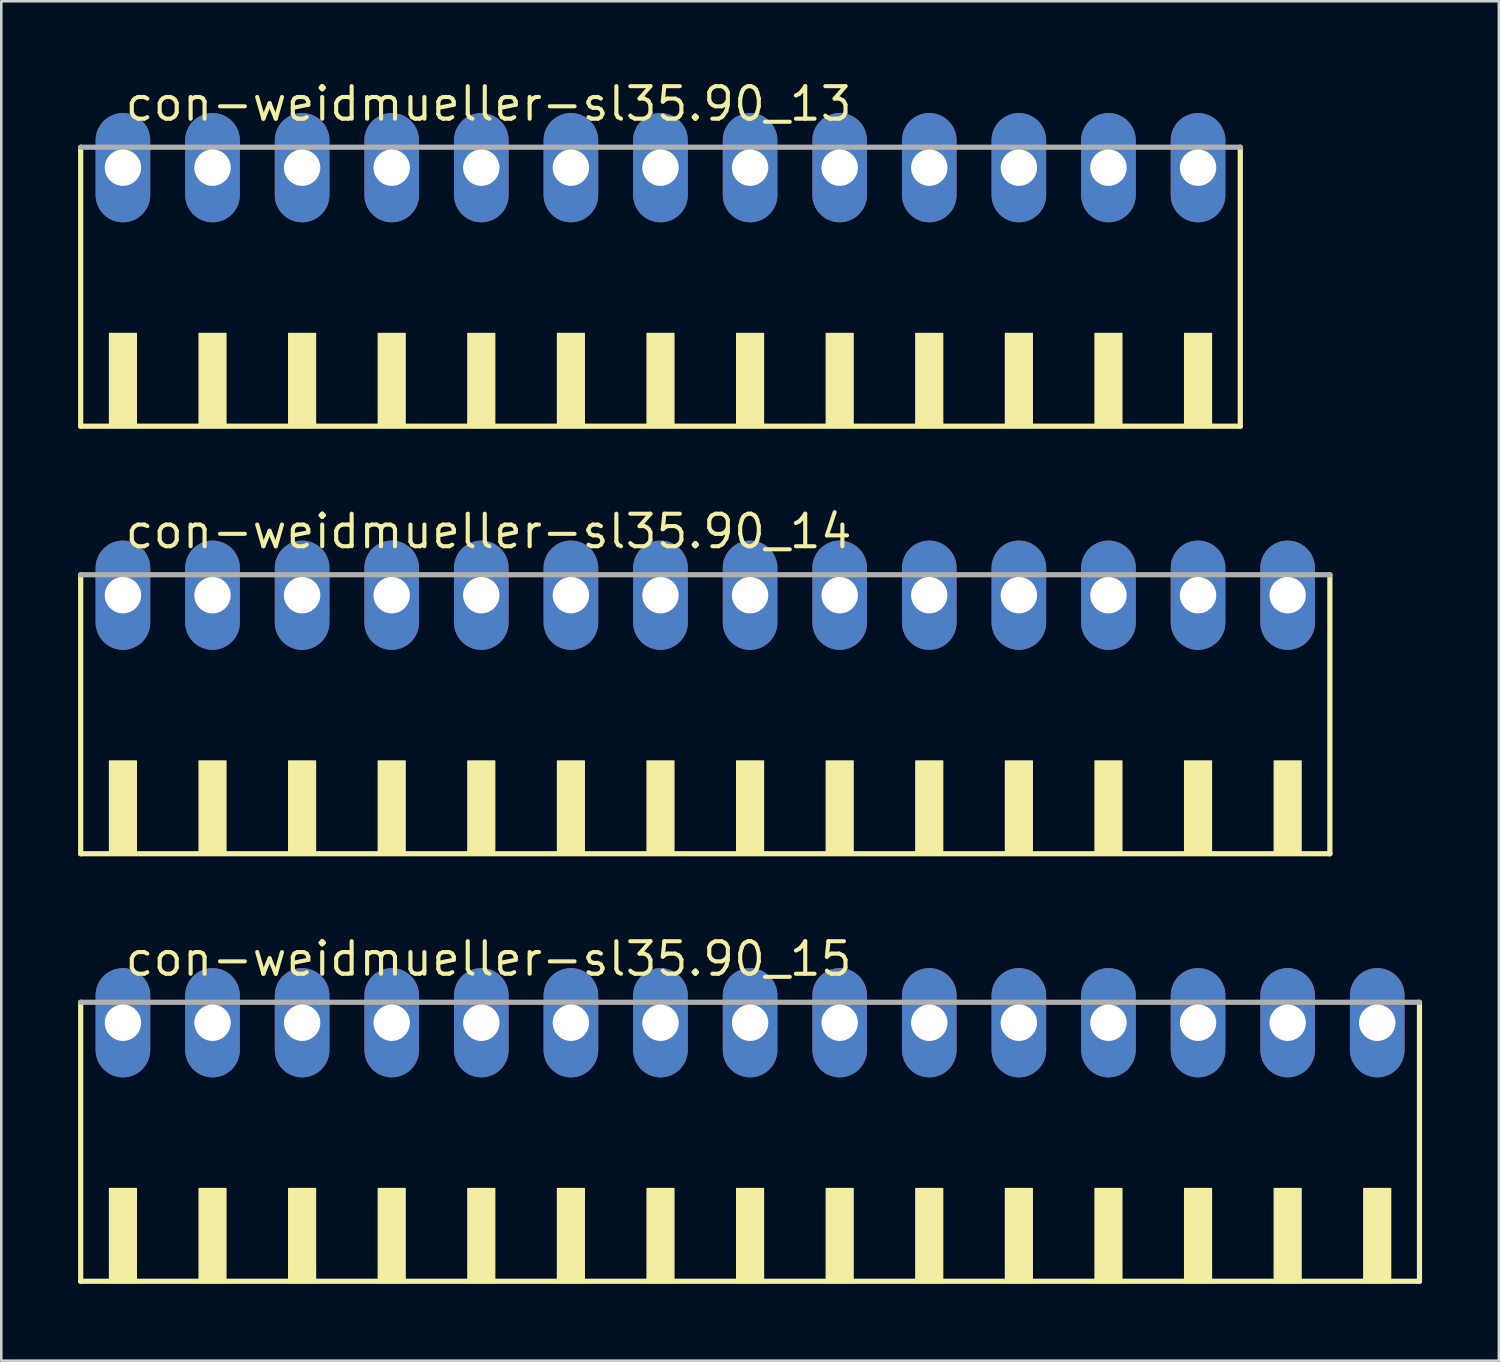
<source format=kicad_pcb>
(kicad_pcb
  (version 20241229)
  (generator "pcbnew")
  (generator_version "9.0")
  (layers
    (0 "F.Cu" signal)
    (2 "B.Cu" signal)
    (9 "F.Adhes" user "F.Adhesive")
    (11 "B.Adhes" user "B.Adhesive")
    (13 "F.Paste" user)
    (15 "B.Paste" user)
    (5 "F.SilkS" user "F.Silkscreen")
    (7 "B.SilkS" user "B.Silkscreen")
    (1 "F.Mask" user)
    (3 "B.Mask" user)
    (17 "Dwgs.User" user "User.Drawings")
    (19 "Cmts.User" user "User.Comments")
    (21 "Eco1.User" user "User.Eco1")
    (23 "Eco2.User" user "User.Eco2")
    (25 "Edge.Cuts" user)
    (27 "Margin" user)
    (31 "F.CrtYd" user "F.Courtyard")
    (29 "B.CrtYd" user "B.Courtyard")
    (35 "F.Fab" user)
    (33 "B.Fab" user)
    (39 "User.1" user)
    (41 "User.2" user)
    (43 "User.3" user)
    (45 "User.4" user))
  (footprint "con-weidmueller-sl35.90_13"
    (layer "F.Cu")
    (at 22.752 8.75)
    (property "Reference" "con-weidmueller-sl35.90_13" (at -21 -7 0) (layer "F.SilkS") (effects (font (size 1.27 1.27) (thickness 0.16)) (justify left bottom)))
    (attr through_hole)
    (fp_line (start -22.65 -6.05) (end -22.65 4.85) (stroke (width 0.203) (type default)) (layer "F.SilkS"))
    (fp_line (start -22.65 4.85) (end 22.65 4.85) (stroke (width 0.203) (type default)) (layer "F.SilkS"))
    (fp_line (start 22.65 4.85) (end 22.65 -6.05) (stroke (width 0.203) (type default)) (layer "F.SilkS"))
    (fp_rect (start -21.525 4.9) (end -20.475 1.225) (stroke (width 0.05) (type default)) (fill yes) (layer "F.SilkS"))
    (fp_rect (start -18.025 4.9) (end -16.975 1.225) (stroke (width 0.05) (type default)) (fill yes) (layer "F.SilkS"))
    (fp_rect (start -14.525 4.9) (end -13.475 1.225) (stroke (width 0.05) (type default)) (fill yes) (layer "F.SilkS"))
    (fp_rect (start -11.025 4.9) (end -9.975 1.225) (stroke (width 0.05) (type default)) (fill yes) (layer "F.SilkS"))
    (fp_rect (start -7.525 4.9) (end -6.475 1.225) (stroke (width 0.05) (type default)) (fill yes) (layer "F.SilkS"))
    (fp_rect (start -4.025 4.9) (end -2.975 1.225) (stroke (width 0.05) (type default)) (fill yes) (layer "F.SilkS"))
    (fp_rect (start -0.525 4.9) (end 0.525 1.225) (stroke (width 0.05) (type default)) (fill yes) (layer "F.SilkS"))
    (fp_rect (start 2.975 4.9) (end 4.025 1.225) (stroke (width 0.05) (type default)) (fill yes) (layer "F.SilkS"))
    (fp_rect (start 6.475 4.9) (end 7.525 1.225) (stroke (width 0.05) (type default)) (fill yes) (layer "F.SilkS"))
    (fp_rect (start 9.975 4.9) (end 11.025 1.225) (stroke (width 0.05) (type default)) (fill yes) (layer "F.SilkS"))
    (fp_rect (start 13.475 4.9) (end 14.525 1.225) (stroke (width 0.05) (type default)) (fill yes) (layer "F.SilkS"))
    (fp_rect (start 16.975 4.9) (end 18.025 1.225) (stroke (width 0.05) (type default)) (fill yes) (layer "F.SilkS"))
    (fp_rect (start 20.475 4.9) (end 21.525 1.225) (stroke (width 0.05) (type default)) (fill yes) (layer "F.SilkS"))
    (fp_line (start 22.65 -6.05) (end -22.65 -6.05) (stroke (width 0.203) (type default)) (layer "F.Fab"))
    (pad "1" thru_hole oval (at -21 -5.25 90) (size 4.267 2.134) (drill 1.422) (layers "*.Cu" "*.Mask"))
    (pad "2" thru_hole oval (at -17.5 -5.25 90) (size 4.267 2.134) (drill 1.422) (layers "*.Cu" "*.Mask"))
    (pad "3" thru_hole oval (at -14 -5.25 90) (size 4.267 2.134) (drill 1.422) (layers "*.Cu" "*.Mask"))
    (pad "4" thru_hole oval (at -10.5 -5.25 90) (size 4.267 2.134) (drill 1.422) (layers "*.Cu" "*.Mask"))
    (pad "5" thru_hole oval (at -7 -5.25 90) (size 4.267 2.134) (drill 1.422) (layers "*.Cu" "*.Mask"))
    (pad "6" thru_hole oval (at -3.5 -5.25 90) (size 4.267 2.134) (drill 1.422) (layers "*.Cu" "*.Mask"))
    (pad "7" thru_hole oval (at 0 -5.25 90) (size 4.267 2.134) (drill 1.422) (layers "*.Cu" "*.Mask"))
    (pad "8" thru_hole oval (at 3.5 -5.25 90) (size 4.267 2.134) (drill 1.422) (layers "*.Cu" "*.Mask"))
    (pad "9" thru_hole oval (at 7 -5.25 90) (size 4.267 2.134) (drill 1.422) (layers "*.Cu" "*.Mask"))
    (pad "10" thru_hole oval (at 10.5 -5.25 90) (size 4.267 2.134) (drill 1.422) (layers "*.Cu" "*.Mask"))
    (pad "11" thru_hole oval (at 14 -5.25 90) (size 4.267 2.134) (drill 1.422) (layers "*.Cu" "*.Mask"))
    (pad "12" thru_hole oval (at 17.5 -5.25 90) (size 4.267 2.134) (drill 1.422) (layers "*.Cu" "*.Mask"))
    (pad "13" thru_hole oval (at 21 -5.25 90) (size 4.267 2.134) (drill 1.422) (layers "*.Cu" "*.Mask")))
  (footprint "con-weidmueller-sl35.90_14"
    (layer "F.Cu")
    (at 24.502 25.452)
    (property "Reference" "con-weidmueller-sl35.90_14" (at -22.75 -7 0) (layer "F.SilkS") (effects (font (size 1.27 1.27) (thickness 0.16)) (justify left bottom)))
    (attr through_hole)
    (fp_line (start -24.4 -6.05) (end -24.4 4.85) (stroke (width 0.203) (type default)) (layer "F.SilkS"))
    (fp_line (start -24.4 4.85) (end 24.4 4.85) (stroke (width 0.203) (type default)) (layer "F.SilkS"))
    (fp_line (start 24.4 4.85) (end 24.4 -6.05) (stroke (width 0.203) (type default)) (layer "F.SilkS"))
    (fp_rect (start -23.275 4.9) (end -22.225 1.225) (stroke (width 0.05) (type default)) (fill yes) (layer "F.SilkS"))
    (fp_rect (start -19.775 4.9) (end -18.725 1.225) (stroke (width 0.05) (type default)) (fill yes) (layer "F.SilkS"))
    (fp_rect (start -16.275 4.9) (end -15.225 1.225) (stroke (width 0.05) (type default)) (fill yes) (layer "F.SilkS"))
    (fp_rect (start -12.775 4.9) (end -11.725 1.225) (stroke (width 0.05) (type default)) (fill yes) (layer "F.SilkS"))
    (fp_rect (start -9.275 4.9) (end -8.225 1.225) (stroke (width 0.05) (type default)) (fill yes) (layer "F.SilkS"))
    (fp_rect (start -5.775 4.9) (end -4.725 1.225) (stroke (width 0.05) (type default)) (fill yes) (layer "F.SilkS"))
    (fp_rect (start -2.275 4.9) (end -1.225 1.225) (stroke (width 0.05) (type default)) (fill yes) (layer "F.SilkS"))
    (fp_rect (start 1.225 4.9) (end 2.275 1.225) (stroke (width 0.05) (type default)) (fill yes) (layer "F.SilkS"))
    (fp_rect (start 4.725 4.9) (end 5.775 1.225) (stroke (width 0.05) (type default)) (fill yes) (layer "F.SilkS"))
    (fp_rect (start 8.225 4.9) (end 9.275 1.225) (stroke (width 0.05) (type default)) (fill yes) (layer "F.SilkS"))
    (fp_rect (start 11.725 4.9) (end 12.775 1.225) (stroke (width 0.05) (type default)) (fill yes) (layer "F.SilkS"))
    (fp_rect (start 15.225 4.9) (end 16.275 1.225) (stroke (width 0.05) (type default)) (fill yes) (layer "F.SilkS"))
    (fp_rect (start 18.725 4.9) (end 19.775 1.225) (stroke (width 0.05) (type default)) (fill yes) (layer "F.SilkS"))
    (fp_rect (start 22.225 4.9) (end 23.275 1.225) (stroke (width 0.05) (type default)) (fill yes) (layer "F.SilkS"))
    (fp_line (start 24.4 -6.05) (end -24.4 -6.05) (stroke (width 0.203) (type default)) (layer "F.Fab"))
    (pad "1" thru_hole oval (at -22.75 -5.25 90) (size 4.267 2.134) (drill 1.422) (layers "*.Cu" "*.Mask"))
    (pad "2" thru_hole oval (at -19.25 -5.25 90) (size 4.267 2.134) (drill 1.422) (layers "*.Cu" "*.Mask"))
    (pad "3" thru_hole oval (at -15.75 -5.25 90) (size 4.267 2.134) (drill 1.422) (layers "*.Cu" "*.Mask"))
    (pad "4" thru_hole oval (at -12.25 -5.25 90) (size 4.267 2.134) (drill 1.422) (layers "*.Cu" "*.Mask"))
    (pad "5" thru_hole oval (at -8.75 -5.25 90) (size 4.267 2.134) (drill 1.422) (layers "*.Cu" "*.Mask"))
    (pad "6" thru_hole oval (at -5.25 -5.25 90) (size 4.267 2.134) (drill 1.422) (layers "*.Cu" "*.Mask"))
    (pad "7" thru_hole oval (at -1.75 -5.25 90) (size 4.267 2.134) (drill 1.422) (layers "*.Cu" "*.Mask"))
    (pad "8" thru_hole oval (at 1.75 -5.25 90) (size 4.267 2.134) (drill 1.422) (layers "*.Cu" "*.Mask"))
    (pad "9" thru_hole oval (at 5.25 -5.25 90) (size 4.267 2.134) (drill 1.422) (layers "*.Cu" "*.Mask"))
    (pad "10" thru_hole oval (at 8.75 -5.25 90) (size 4.267 2.134) (drill 1.422) (layers "*.Cu" "*.Mask"))
    (pad "11" thru_hole oval (at 12.25 -5.25 90) (size 4.267 2.134) (drill 1.422) (layers "*.Cu" "*.Mask"))
    (pad "12" thru_hole oval (at 15.75 -5.25 90) (size 4.267 2.134) (drill 1.422) (layers "*.Cu" "*.Mask"))
    (pad "13" thru_hole oval (at 19.25 -5.25 90) (size 4.267 2.134) (drill 1.422) (layers "*.Cu" "*.Mask"))
    (pad "14" thru_hole oval (at 22.75 -5.25 90) (size 4.267 2.134) (drill 1.422) (layers "*.Cu" "*.Mask")))
  (footprint "con-weidmueller-sl35.90_15"
    (layer "F.Cu")
    (at 26.252 42.153)
    (property "Reference" "con-weidmueller-sl35.90_15" (at -24.5 -7 0) (layer "F.SilkS") (effects (font (size 1.27 1.27) (thickness 0.16)) (justify left bottom)))
    (attr through_hole)
    (fp_line (start -26.15 -6.05) (end -26.15 4.85) (stroke (width 0.203) (type default)) (layer "F.SilkS"))
    (fp_line (start -26.15 4.85) (end 26.15 4.85) (stroke (width 0.203) (type default)) (layer "F.SilkS"))
    (fp_line (start 26.15 4.85) (end 26.15 -6.05) (stroke (width 0.203) (type default)) (layer "F.SilkS"))
    (fp_rect (start -25.025 4.9) (end -23.975 1.225) (stroke (width 0.05) (type default)) (fill yes) (layer "F.SilkS"))
    (fp_rect (start -21.525 4.9) (end -20.475 1.225) (stroke (width 0.05) (type default)) (fill yes) (layer "F.SilkS"))
    (fp_rect (start -18.025 4.9) (end -16.975 1.225) (stroke (width 0.05) (type default)) (fill yes) (layer "F.SilkS"))
    (fp_rect (start -14.525 4.9) (end -13.475 1.225) (stroke (width 0.05) (type default)) (fill yes) (layer "F.SilkS"))
    (fp_rect (start -11.025 4.9) (end -9.975 1.225) (stroke (width 0.05) (type default)) (fill yes) (layer "F.SilkS"))
    (fp_rect (start -7.525 4.9) (end -6.475 1.225) (stroke (width 0.05) (type default)) (fill yes) (layer "F.SilkS"))
    (fp_rect (start -4.025 4.9) (end -2.975 1.225) (stroke (width 0.05) (type default)) (fill yes) (layer "F.SilkS"))
    (fp_rect (start -0.525 4.9) (end 0.525 1.225) (stroke (width 0.05) (type default)) (fill yes) (layer "F.SilkS"))
    (fp_rect (start 2.975 4.9) (end 4.025 1.225) (stroke (width 0.05) (type default)) (fill yes) (layer "F.SilkS"))
    (fp_rect (start 6.475 4.9) (end 7.525 1.225) (stroke (width 0.05) (type default)) (fill yes) (layer "F.SilkS"))
    (fp_rect (start 9.975 4.9) (end 11.025 1.225) (stroke (width 0.05) (type default)) (fill yes) (layer "F.SilkS"))
    (fp_rect (start 13.475 4.9) (end 14.525 1.225) (stroke (width 0.05) (type default)) (fill yes) (layer "F.SilkS"))
    (fp_rect (start 16.975 4.9) (end 18.025 1.225) (stroke (width 0.05) (type default)) (fill yes) (layer "F.SilkS"))
    (fp_rect (start 20.475 4.9) (end 21.525 1.225) (stroke (width 0.05) (type default)) (fill yes) (layer "F.SilkS"))
    (fp_rect (start 23.975 4.9) (end 25.025 1.225) (stroke (width 0.05) (type default)) (fill yes) (layer "F.SilkS"))
    (fp_line (start 26.15 -6.05) (end -26.15 -6.05) (stroke (width 0.203) (type default)) (layer "F.Fab"))
    (pad "1" thru_hole oval (at -24.5 -5.25 90) (size 4.267 2.134) (drill 1.422) (layers "*.Cu" "*.Mask"))
    (pad "2" thru_hole oval (at -21 -5.25 90) (size 4.267 2.134) (drill 1.422) (layers "*.Cu" "*.Mask"))
    (pad "3" thru_hole oval (at -17.5 -5.25 90) (size 4.267 2.134) (drill 1.422) (layers "*.Cu" "*.Mask"))
    (pad "4" thru_hole oval (at -14 -5.25 90) (size 4.267 2.134) (drill 1.422) (layers "*.Cu" "*.Mask"))
    (pad "5" thru_hole oval (at -10.5 -5.25 90) (size 4.267 2.134) (drill 1.422) (layers "*.Cu" "*.Mask"))
    (pad "6" thru_hole oval (at -7 -5.25 90) (size 4.267 2.134) (drill 1.422) (layers "*.Cu" "*.Mask"))
    (pad "7" thru_hole oval (at -3.5 -5.25 90) (size 4.267 2.134) (drill 1.422) (layers "*.Cu" "*.Mask"))
    (pad "8" thru_hole oval (at 0 -5.25 90) (size 4.267 2.134) (drill 1.422) (layers "*.Cu" "*.Mask"))
    (pad "9" thru_hole oval (at 3.5 -5.25 90) (size 4.267 2.134) (drill 1.422) (layers "*.Cu" "*.Mask"))
    (pad "10" thru_hole oval (at 7 -5.25 90) (size 4.267 2.134) (drill 1.422) (layers "*.Cu" "*.Mask"))
    (pad "11" thru_hole oval (at 10.5 -5.25 90) (size 4.267 2.134) (drill 1.422) (layers "*.Cu" "*.Mask"))
    (pad "12" thru_hole oval (at 14 -5.25 90) (size 4.267 2.134) (drill 1.422) (layers "*.Cu" "*.Mask"))
    (pad "13" thru_hole oval (at 17.5 -5.25 90) (size 4.267 2.134) (drill 1.422) (layers "*.Cu" "*.Mask"))
    (pad "14" thru_hole oval (at 21 -5.25 90) (size 4.267 2.134) (drill 1.422) (layers "*.Cu" "*.Mask"))
    (pad "15" thru_hole oval (at 24.5 -5.25 90) (size 4.267 2.134) (drill 1.422) (layers "*.Cu" "*.Mask")))
  (gr_rect
    (start -3 -3)
    (end 55.503 50.105)
    (stroke (width 0.1) (type default))
    (fill no)
    (layer "Edge.Cuts")))
</source>
